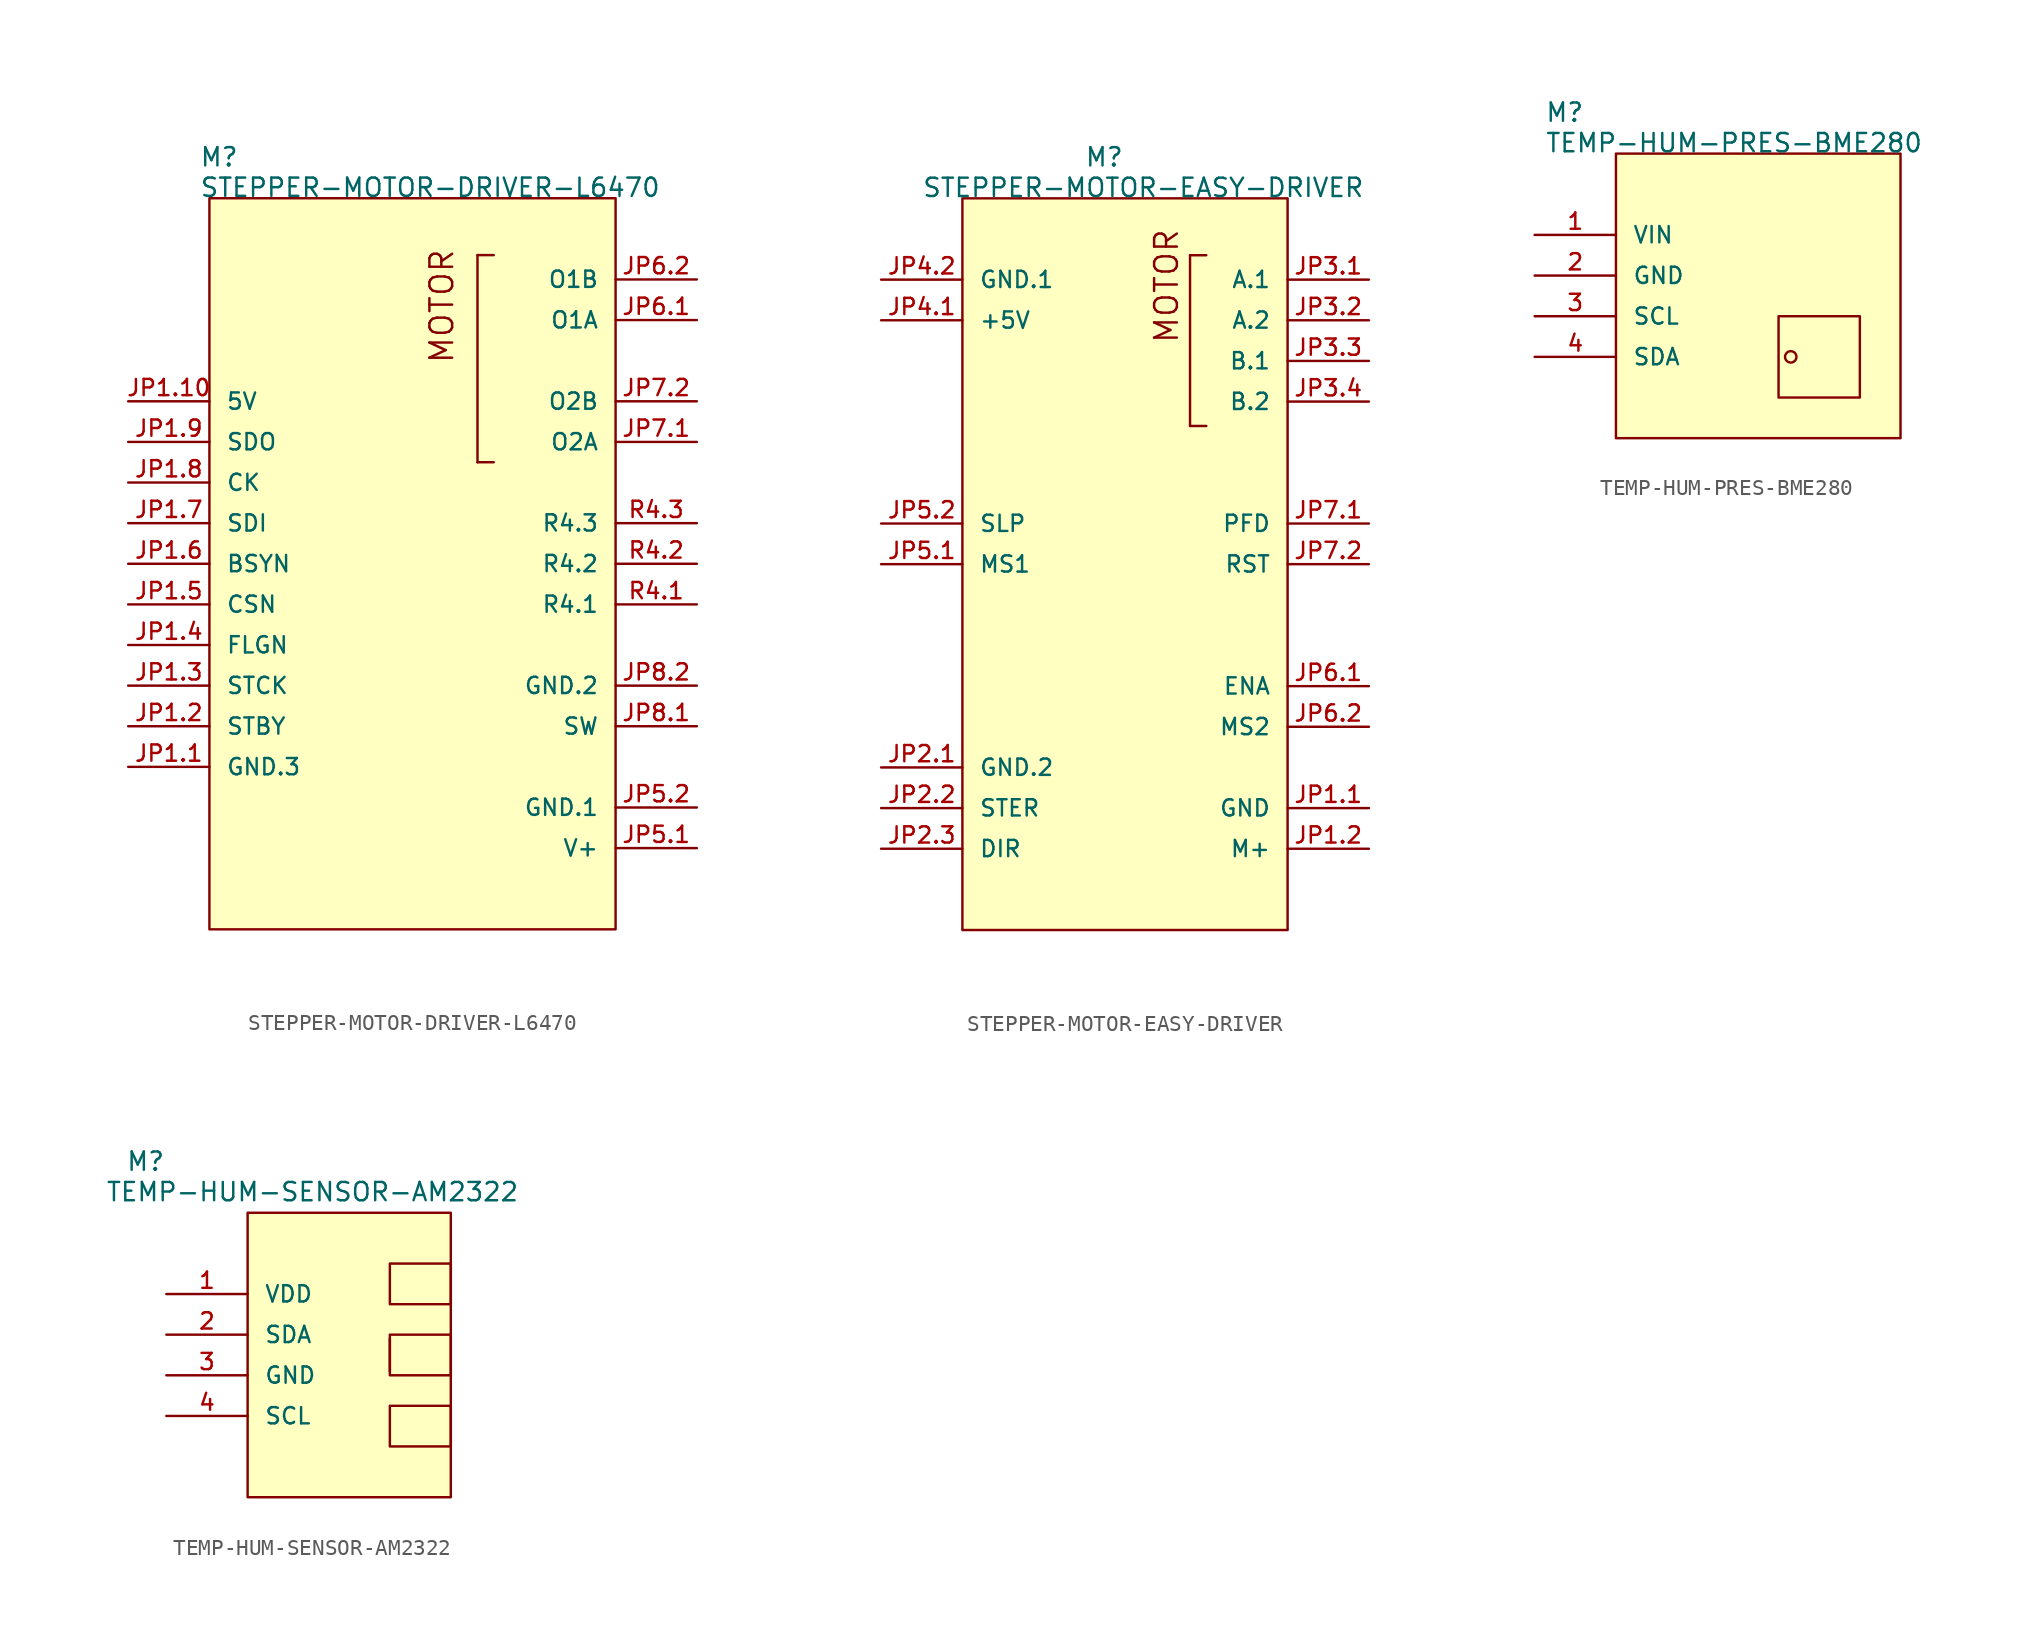
<source format=kicad_sym>
(kicad_symbol_lib
  (version 20231120)
  (generator "kicad_symbol_editor")
  (generator_version "8.0")
  (symbol "STEPPER-MOTOR-DRIVER-L6470"
    (pin_names
      (offset 1.016))
    (property "Reference" "M"
      (at -13.335 24.765 0)
      (effects (font (size 1.143 1.143)) (justify left bottom)))
    (property "Value" "STEPPER-MOTOR-DRIVER-L6470"
      (at -13.335 22.86 0)
      (effects (font (size 1.143 1.143)) (justify left bottom)))
    (property "ki_locked" ""
      (at 0 0 0)
      (effects (font (size 1.27 1.27))))
    (symbol "STEPPER-MOTOR-DRIVER-L6470_1_0"
      (polyline (pts (xy 4.064 6.35) (xy 5.08 6.35)) (stroke (width 0) (type default)) (fill (type none)))
      (polyline (pts (xy 4.064 19.304) (xy 4.064 6.35)) (stroke (width 0) (type default)) (fill (type none)))
      (polyline (pts (xy 5.08 19.304) (xy 4.064 19.304)) (stroke (width 0) (type default)) (fill (type none)))
      (text "MOTOR" (at 1.829 16.104 900) (effects (font (size 1.422 1.422)))))
    (symbol "STEPPER-MOTOR-DRIVER-L6470_1_1"
      (rectangle (start -12.7 22.86) (end 12.7 -22.86) (stroke (width 0) (type default)) (fill (type background)))
      (pin power_in line (at -17.78 -12.7 0) (length 5.08) (name "GND.3" (effects (font (size 1.016 1.016)))) (number "JP1.1" (effects (font (size 1.016 1.016)))))
      (pin power_in line (at -17.78 10.16 0) (length 5.08) (name "5V" (effects (font (size 1.016 1.016)))) (number "JP1.10" (effects (font (size 1.016 1.016)))))
      (pin bidirectional line (at -17.78 -10.16 0) (length 5.08) (name "STBY" (effects (font (size 1.016 1.016)))) (number "JP1.2" (effects (font (size 1.016 1.016)))))
      (pin bidirectional line (at -17.78 -7.62 0) (length 5.08) (name "STCK" (effects (font (size 1.016 1.016)))) (number "JP1.3" (effects (font (size 1.016 1.016)))))
      (pin bidirectional line (at -17.78 -5.08 0) (length 5.08) (name "FLGN" (effects (font (size 1.016 1.016)))) (number "JP1.4" (effects (font (size 1.016 1.016)))))
      (pin bidirectional line (at -17.78 -2.54 0) (length 5.08) (name "CSN" (effects (font (size 1.016 1.016)))) (number "JP1.5" (effects (font (size 1.016 1.016)))))
      (pin bidirectional line (at -17.78 0 0) (length 5.08) (name "BSYN" (effects (font (size 1.016 1.016)))) (number "JP1.6" (effects (font (size 1.016 1.016)))))
      (pin bidirectional line (at -17.78 2.54 0) (length 5.08) (name "SDI" (effects (font (size 1.016 1.016)))) (number "JP1.7" (effects (font (size 1.016 1.016)))))
      (pin bidirectional line (at -17.78 5.08 0) (length 5.08) (name "CK" (effects (font (size 1.016 1.016)))) (number "JP1.8" (effects (font (size 1.016 1.016)))))
      (pin bidirectional line (at -17.78 7.62 0) (length 5.08) (name "SDO" (effects (font (size 1.016 1.016)))) (number "JP1.9" (effects (font (size 1.016 1.016)))))
      (pin power_in line (at 17.78 -17.78 180) (length 5.08) (name "V+" (effects (font (size 1.016 1.016)))) (number "JP5.1" (effects (font (size 1.016 1.016)))))
      (pin power_in line (at 17.78 -15.24 180) (length 5.08) (name "GND.1" (effects (font (size 1.016 1.016)))) (number "JP5.2" (effects (font (size 1.016 1.016)))))
      (pin output line (at 17.78 15.24 180) (length 5.08) (name "O1A" (effects (font (size 1.016 1.016)))) (number "JP6.1" (effects (font (size 1.016 1.016)))))
      (pin output line (at 17.78 17.78 180) (length 5.08) (name "O1B" (effects (font (size 1.016 1.016)))) (number "JP6.2" (effects (font (size 1.016 1.016)))))
      (pin output line (at 17.78 7.62 180) (length 5.08) (name "O2A" (effects (font (size 1.016 1.016)))) (number "JP7.1" (effects (font (size 1.016 1.016)))))
      (pin output line (at 17.78 10.16 180) (length 5.08) (name "O2B" (effects (font (size 1.016 1.016)))) (number "JP7.2" (effects (font (size 1.016 1.016)))))
      (pin bidirectional line (at 17.78 -10.16 180) (length 5.08) (name "SW" (effects (font (size 1.016 1.016)))) (number "JP8.1" (effects (font (size 1.016 1.016)))))
      (pin bidirectional line (at 17.78 -7.62 180) (length 5.08) (name "GND.2" (effects (font (size 1.016 1.016)))) (number "JP8.2" (effects (font (size 1.016 1.016)))))
      (pin passive line (at 17.78 -2.54 180) (length 5.08) (name "R4.1" (effects (font (size 1.016 1.016)))) (number "R4.1" (effects (font (size 1.016 1.016)))))
      (pin passive line (at 17.78 0 180) (length 5.08) (name "R4.2" (effects (font (size 1.016 1.016)))) (number "R4.2" (effects (font (size 1.016 1.016)))))
      (pin passive line (at 17.78 2.54 180) (length 5.08) (name "R4.3" (effects (font (size 1.016 1.016)))) (number "R4.3" (effects (font (size 1.016 1.016)))))))
  (symbol "STEPPER-MOTOR-EASY-DRIVER"
    (pin_names
      (offset 1.016))
    (property "Reference" "M"
      (at -2.54 24.765 0)
      (effects (font (size 1.143 1.143)) (justify left bottom)))
    (property "Value" "STEPPER-MOTOR-EASY-DRIVER"
      (at -12.7 22.86 0)
      (effects (font (size 1.143 1.143)) (justify left bottom)))
    (property "ki_locked" ""
      (at 0 0 0)
      (effects (font (size 1.27 1.27))))
    (symbol "STEPPER-MOTOR-EASY-DRIVER_1_0"
      (polyline (pts (xy 4.064 8.636) (xy 5.08 8.636)) (stroke (width 0) (type default)) (fill (type none)))
      (polyline (pts (xy 4.064 19.304) (xy 4.064 8.636)) (stroke (width 0) (type default)) (fill (type none)))
      (polyline (pts (xy 5.08 19.304) (xy 4.064 19.304)) (stroke (width 0) (type default)) (fill (type none)))
      (text "MOTOR" (at 2.591 17.374 900) (effects (font (size 1.422 1.422)))))
    (symbol "STEPPER-MOTOR-EASY-DRIVER_1_1"
      (rectangle (start -10.16 -22.86) (end 10.16 22.86) (stroke (width 0) (type default)) (fill (type background)))
      (pin bidirectional line (at 15.24 -15.24 180) (length 5.08) (name "GND" (effects (font (size 1.016 1.016)))) (number "JP1.1" (effects (font (size 1.016 1.016)))))
      (pin bidirectional line (at 15.24 -17.78 180) (length 5.08) (name "M+" (effects (font (size 1.016 1.016)))) (number "JP1.2" (effects (font (size 1.016 1.016)))))
      (pin bidirectional line (at -15.24 -12.7 0) (length 5.08) (name "GND.2" (effects (font (size 1.016 1.016)))) (number "JP2.1" (effects (font (size 1.016 1.016)))))
      (pin bidirectional line (at -15.24 -15.24 0) (length 5.08) (name "STER" (effects (font (size 1.016 1.016)))) (number "JP2.2" (effects (font (size 1.016 1.016)))))
      (pin bidirectional line (at -15.24 -17.78 0) (length 5.08) (name "DIR" (effects (font (size 1.016 1.016)))) (number "JP2.3" (effects (font (size 1.016 1.016)))))
      (pin bidirectional line (at 15.24 17.78 180) (length 5.08) (name "A.1" (effects (font (size 1.016 1.016)))) (number "JP3.1" (effects (font (size 1.016 1.016)))))
      (pin bidirectional line (at 15.24 15.24 180) (length 5.08) (name "A.2" (effects (font (size 1.016 1.016)))) (number "JP3.2" (effects (font (size 1.016 1.016)))))
      (pin bidirectional line (at 15.24 12.7 180) (length 5.08) (name "B.1" (effects (font (size 1.016 1.016)))) (number "JP3.3" (effects (font (size 1.016 1.016)))))
      (pin bidirectional line (at 15.24 10.16 180) (length 5.08) (name "B.2" (effects (font (size 1.016 1.016)))) (number "JP3.4" (effects (font (size 1.016 1.016)))))
      (pin bidirectional line (at -15.24 15.24 0) (length 5.08) (name "+5V" (effects (font (size 1.016 1.016)))) (number "JP4.1" (effects (font (size 1.016 1.016)))))
      (pin bidirectional line (at -15.24 17.78 0) (length 5.08) (name "GND.1" (effects (font (size 1.016 1.016)))) (number "JP4.2" (effects (font (size 1.016 1.016)))))
      (pin bidirectional line (at -15.24 0 0) (length 5.08) (name "MS1" (effects (font (size 1.016 1.016)))) (number "JP5.1" (effects (font (size 1.016 1.016)))))
      (pin bidirectional line (at -15.24 2.54 0) (length 5.08) (name "SLP" (effects (font (size 1.016 1.016)))) (number "JP5.2" (effects (font (size 1.016 1.016)))))
      (pin bidirectional line (at 15.24 -7.62 180) (length 5.08) (name "ENA" (effects (font (size 1.016 1.016)))) (number "JP6.1" (effects (font (size 1.016 1.016)))))
      (pin bidirectional line (at 15.24 -10.16 180) (length 5.08) (name "MS2" (effects (font (size 1.016 1.016)))) (number "JP6.2" (effects (font (size 1.016 1.016)))))
      (pin bidirectional line (at 15.24 2.54 180) (length 5.08) (name "PFD" (effects (font (size 1.016 1.016)))) (number "JP7.1" (effects (font (size 1.016 1.016)))))
      (pin bidirectional line (at 15.24 0 180) (length 5.08) (name "RST" (effects (font (size 1.016 1.016)))) (number "JP7.2" (effects (font (size 1.016 1.016)))))))
  (symbol "TEMP-HUM-PRES-BME280"
    (pin_names
      (offset 1.016))
    (property "Reference" "M"
      (at -8.89 10.795 0)
      (effects (font (size 1.143 1.143)) (justify left bottom)))
    (property "Value" "TEMP-HUM-PRES-BME280"
      (at -8.89 8.89 0)
      (effects (font (size 1.143 1.143)) (justify left bottom)))
    (property "ki_locked" ""
      (at 0 0 0)
      (effects (font (size 1.27 1.27))))
    (symbol "TEMP-HUM-PRES-BME280_1_1"
      (rectangle (start -4.445 -8.89) (end 13.335 8.89) (stroke (width 0) (type default)) (fill (type background)))
      (rectangle (start 5.715 -6.35) (end 10.795 -1.27) (stroke (width 0) (type default)) (fill (type none)))
      (circle (center 6.477 -3.81) (radius 0.356) (stroke (width 0) (type default)) (fill (type none)))
      (pin power_in line (at -9.525 3.81 0) (length 5.08) (name "VIN" (effects (font (size 1.016 1.016)))) (number "1" (effects (font (size 1.016 1.016)))))
      (pin power_in line (at -9.525 1.27 0) (length 5.08) (name "GND" (effects (font (size 1.016 1.016)))) (number "2" (effects (font (size 1.016 1.016)))))
      (pin bidirectional line (at -9.525 -1.27 0) (length 5.08) (name "SCL" (effects (font (size 1.016 1.016)))) (number "3" (effects (font (size 1.016 1.016)))))
      (pin bidirectional line (at -9.525 -3.81 0) (length 5.08) (name "SDA" (effects (font (size 1.016 1.016)))) (number "4" (effects (font (size 1.016 1.016)))))))
  (symbol "TEMP-HUM-SENSOR-AM2322"
    (pin_names
      (offset 1.016))
    (property "Reference" "M"
      (at -7.62 11.43 0)
      (effects (font (size 1.143 1.143)) (justify left bottom)))
    (property "Value" "TEMP-HUM-SENSOR-AM2322"
      (at -8.89 9.525 0)
      (effects (font (size 1.143 1.143)) (justify left bottom)))
    (property "ki_locked" ""
      (at 0 0 0)
      (effects (font (size 1.27 1.27))))
    (symbol "TEMP-HUM-SENSOR-AM2322_1_0"
      (polyline (pts (xy 8.89 1.016) (xy 8.89 -1.016)) (stroke (width 0) (type default)) (fill (type none)))
      (rectangle (start 0 8.89) (end 12.7 -8.89) (stroke (width 0) (type default)) (fill (type background)))
      (rectangle (start 8.89 -3.175) (end 12.7 -5.715) (stroke (width 0) (type default)) (fill (type none)))
      (rectangle (start 8.89 1.27) (end 12.7 -1.27) (stroke (width 0) (type default)) (fill (type none)))
      (rectangle (start 8.89 5.715) (end 12.7 3.175) (stroke (width 0) (type default)) (fill (type none))))
    (symbol "TEMP-HUM-SENSOR-AM2322_1_1"
      (pin power_in line (at -5.08 3.81 0) (length 5.08) (name "VDD" (effects (font (size 1.016 1.016)))) (number "1" (effects (font (size 1.016 1.016)))))
      (pin bidirectional line (at -5.08 1.27 0) (length 5.08) (name "SDA" (effects (font (size 1.016 1.016)))) (number "2" (effects (font (size 1.016 1.016)))))
      (pin power_in line (at -5.08 -1.27 0) (length 5.08) (name "GND" (effects (font (size 1.016 1.016)))) (number "3" (effects (font (size 1.016 1.016)))))
      (pin bidirectional line (at -5.08 -3.81 0) (length 5.08) (name "SCL" (effects (font (size 1.016 1.016)))) (number "4" (effects (font (size 1.016 1.016))))))))
</source>
